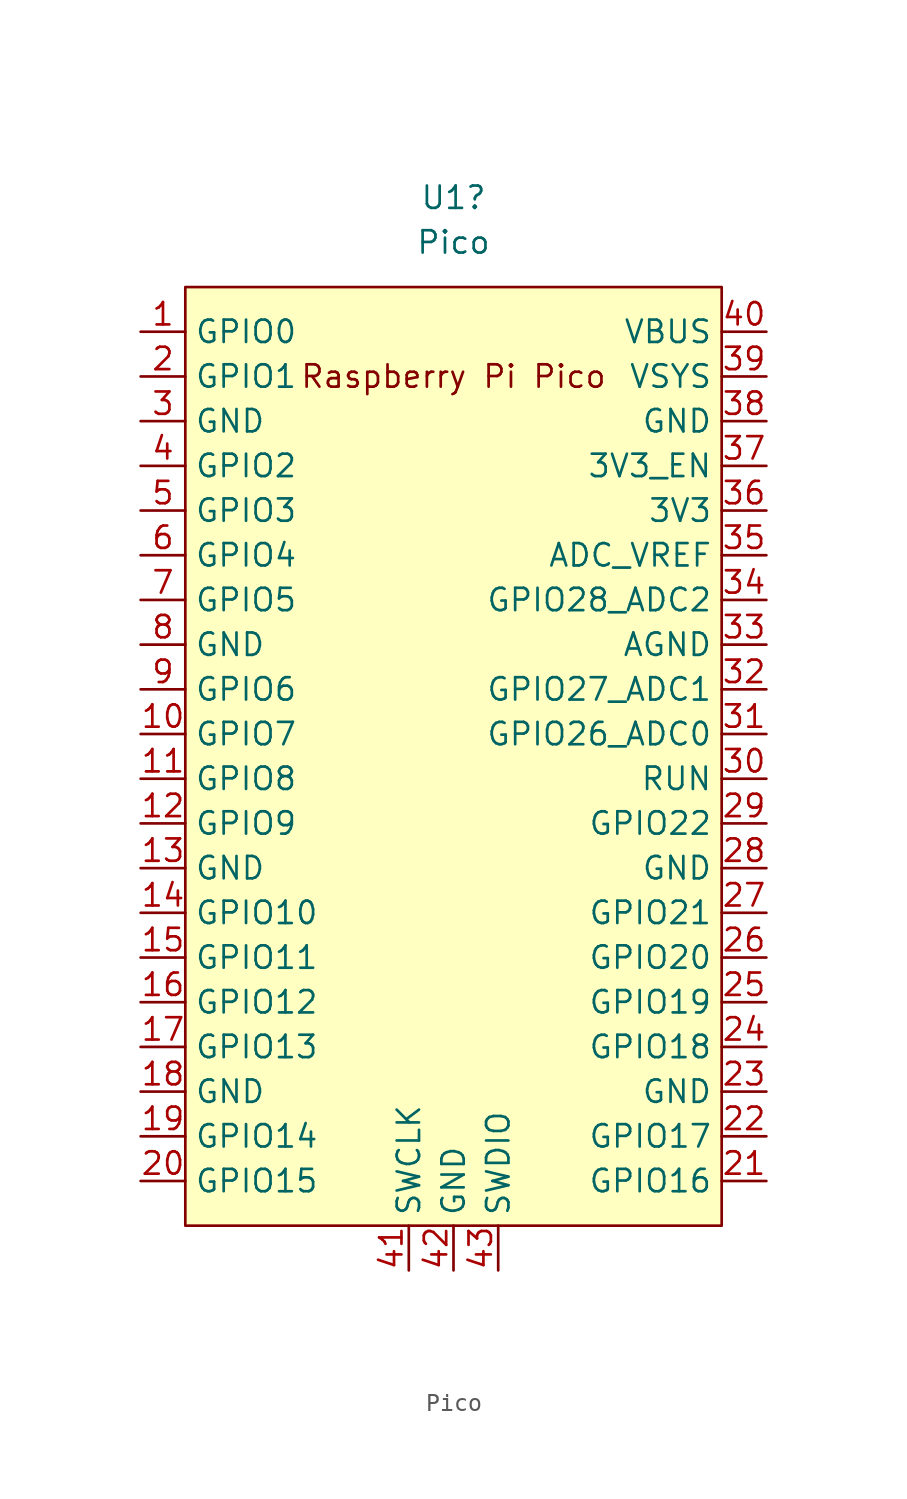
<source format=kicad_sym>
(kicad_symbol_lib
  (version 20231120)
  (generator "kicad_symbol_editor")
  (generator_version "8.0")
  (symbol "Pico"
    (property "Reference" "U1"
      (at 0 31.75 0)
      (effects (font (size 1.27 1.27))))
    (property "Value" "Pico"
      (at 0 29.21 0)
      (effects (font (size 1.27 1.27))))
    (symbol "Pico_0_0"
      (text "Raspberry Pi Pico" (at 0 21.59 0) (effects (font (size 1.27 1.27)))))
    (symbol "Pico_0_1"
      (rectangle (start -15.24 26.67) (end 15.24 -26.67) (stroke (width 0) (type default)) (fill (type background))))
    (symbol "Pico_1_1"
      (pin bidirectional line (at -17.78 24.13 0) (length 2.54) (name "GPIO0" (effects (font (size 1.27 1.27)))) (number "1" (effects (font (size 1.27 1.27)))))
      (pin bidirectional line (at -17.78 1.27 0) (length 2.54) (name "GPIO7" (effects (font (size 1.27 1.27)))) (number "10" (effects (font (size 1.27 1.27)))))
      (pin bidirectional line (at -17.78 -1.27 0) (length 2.54) (name "GPIO8" (effects (font (size 1.27 1.27)))) (number "11" (effects (font (size 1.27 1.27)))))
      (pin bidirectional line (at -17.78 -3.81 0) (length 2.54) (name "GPIO9" (effects (font (size 1.27 1.27)))) (number "12" (effects (font (size 1.27 1.27)))))
      (pin power_in line (at -17.78 -6.35 0) (length 2.54) (name "GND" (effects (font (size 1.27 1.27)))) (number "13" (effects (font (size 1.27 1.27)))))
      (pin bidirectional line (at -17.78 -8.89 0) (length 2.54) (name "GPIO10" (effects (font (size 1.27 1.27)))) (number "14" (effects (font (size 1.27 1.27)))))
      (pin bidirectional line (at -17.78 -11.43 0) (length 2.54) (name "GPIO11" (effects (font (size 1.27 1.27)))) (number "15" (effects (font (size 1.27 1.27)))))
      (pin bidirectional line (at -17.78 -13.97 0) (length 2.54) (name "GPIO12" (effects (font (size 1.27 1.27)))) (number "16" (effects (font (size 1.27 1.27)))))
      (pin bidirectional line (at -17.78 -16.51 0) (length 2.54) (name "GPIO13" (effects (font (size 1.27 1.27)))) (number "17" (effects (font (size 1.27 1.27)))))
      (pin power_in line (at -17.78 -19.05 0) (length 2.54) (name "GND" (effects (font (size 1.27 1.27)))) (number "18" (effects (font (size 1.27 1.27)))))
      (pin bidirectional line (at -17.78 -21.59 0) (length 2.54) (name "GPIO14" (effects (font (size 1.27 1.27)))) (number "19" (effects (font (size 1.27 1.27)))))
      (pin bidirectional line (at -17.78 21.59 0) (length 2.54) (name "GPIO1" (effects (font (size 1.27 1.27)))) (number "2" (effects (font (size 1.27 1.27)))))
      (pin bidirectional line (at -17.78 -24.13 0) (length 2.54) (name "GPIO15" (effects (font (size 1.27 1.27)))) (number "20" (effects (font (size 1.27 1.27)))))
      (pin bidirectional line (at 17.78 -24.13 180) (length 2.54) (name "GPIO16" (effects (font (size 1.27 1.27)))) (number "21" (effects (font (size 1.27 1.27)))))
      (pin bidirectional line (at 17.78 -21.59 180) (length 2.54) (name "GPIO17" (effects (font (size 1.27 1.27)))) (number "22" (effects (font (size 1.27 1.27)))))
      (pin power_in line (at 17.78 -19.05 180) (length 2.54) (name "GND" (effects (font (size 1.27 1.27)))) (number "23" (effects (font (size 1.27 1.27)))))
      (pin bidirectional line (at 17.78 -16.51 180) (length 2.54) (name "GPIO18" (effects (font (size 1.27 1.27)))) (number "24" (effects (font (size 1.27 1.27)))))
      (pin bidirectional line (at 17.78 -13.97 180) (length 2.54) (name "GPIO19" (effects (font (size 1.27 1.27)))) (number "25" (effects (font (size 1.27 1.27)))))
      (pin bidirectional line (at 17.78 -11.43 180) (length 2.54) (name "GPIO20" (effects (font (size 1.27 1.27)))) (number "26" (effects (font (size 1.27 1.27)))))
      (pin bidirectional line (at 17.78 -8.89 180) (length 2.54) (name "GPIO21" (effects (font (size 1.27 1.27)))) (number "27" (effects (font (size 1.27 1.27)))))
      (pin power_in line (at 17.78 -6.35 180) (length 2.54) (name "GND" (effects (font (size 1.27 1.27)))) (number "28" (effects (font (size 1.27 1.27)))))
      (pin bidirectional line (at 17.78 -3.81 180) (length 2.54) (name "GPIO22" (effects (font (size 1.27 1.27)))) (number "29" (effects (font (size 1.27 1.27)))))
      (pin power_in line (at -17.78 19.05 0) (length 2.54) (name "GND" (effects (font (size 1.27 1.27)))) (number "3" (effects (font (size 1.27 1.27)))))
      (pin input line (at 17.78 -1.27 180) (length 2.54) (name "RUN" (effects (font (size 1.27 1.27)))) (number "30" (effects (font (size 1.27 1.27)))))
      (pin bidirectional line (at 17.78 1.27 180) (length 2.54) (name "GPIO26_ADC0" (effects (font (size 1.27 1.27)))) (number "31" (effects (font (size 1.27 1.27)))))
      (pin bidirectional line (at 17.78 3.81 180) (length 2.54) (name "GPIO27_ADC1" (effects (font (size 1.27 1.27)))) (number "32" (effects (font (size 1.27 1.27)))))
      (pin power_in line (at 17.78 6.35 180) (length 2.54) (name "AGND" (effects (font (size 1.27 1.27)))) (number "33" (effects (font (size 1.27 1.27)))))
      (pin bidirectional line (at 17.78 8.89 180) (length 2.54) (name "GPIO28_ADC2" (effects (font (size 1.27 1.27)))) (number "34" (effects (font (size 1.27 1.27)))))
      (pin power_in line (at 17.78 11.43 180) (length 2.54) (name "ADC_VREF" (effects (font (size 1.27 1.27)))) (number "35" (effects (font (size 1.27 1.27)))))
      (pin bidirectional line (at 17.78 13.97 180) (length 2.54) (name "3V3" (effects (font (size 1.27 1.27)))) (number "36" (effects (font (size 1.27 1.27)))))
      (pin input line (at 17.78 16.51 180) (length 2.54) (name "3V3_EN" (effects (font (size 1.27 1.27)))) (number "37" (effects (font (size 1.27 1.27)))))
      (pin bidirectional line (at 17.78 19.05 180) (length 2.54) (name "GND" (effects (font (size 1.27 1.27)))) (number "38" (effects (font (size 1.27 1.27)))))
      (pin power_in line (at 17.78 21.59 180) (length 2.54) (name "VSYS" (effects (font (size 1.27 1.27)))) (number "39" (effects (font (size 1.27 1.27)))))
      (pin bidirectional line (at -17.78 16.51 0) (length 2.54) (name "GPIO2" (effects (font (size 1.27 1.27)))) (number "4" (effects (font (size 1.27 1.27)))))
      (pin power_in line (at 17.78 24.13 180) (length 2.54) (name "VBUS" (effects (font (size 1.27 1.27)))) (number "40" (effects (font (size 1.27 1.27)))))
      (pin input line (at -2.54 -29.21 90) (length 2.54) (name "SWCLK" (effects (font (size 1.27 1.27)))) (number "41" (effects (font (size 1.27 1.27)))))
      (pin power_in line (at 0 -29.21 90) (length 2.54) (name "GND" (effects (font (size 1.27 1.27)))) (number "42" (effects (font (size 1.27 1.27)))))
      (pin bidirectional line (at 2.54 -29.21 90) (length 2.54) (name "SWDIO" (effects (font (size 1.27 1.27)))) (number "43" (effects (font (size 1.27 1.27)))))
      (pin bidirectional line (at -17.78 13.97 0) (length 2.54) (name "GPIO3" (effects (font (size 1.27 1.27)))) (number "5" (effects (font (size 1.27 1.27)))))
      (pin bidirectional line (at -17.78 11.43 0) (length 2.54) (name "GPIO4" (effects (font (size 1.27 1.27)))) (number "6" (effects (font (size 1.27 1.27)))))
      (pin bidirectional line (at -17.78 8.89 0) (length 2.54) (name "GPIO5" (effects (font (size 1.27 1.27)))) (number "7" (effects (font (size 1.27 1.27)))))
      (pin power_in line (at -17.78 6.35 0) (length 2.54) (name "GND" (effects (font (size 1.27 1.27)))) (number "8" (effects (font (size 1.27 1.27)))))
      (pin bidirectional line (at -17.78 3.81 0) (length 2.54) (name "GPIO6" (effects (font (size 1.27 1.27)))) (number "9" (effects (font (size 1.27 1.27))))))))
</source>
